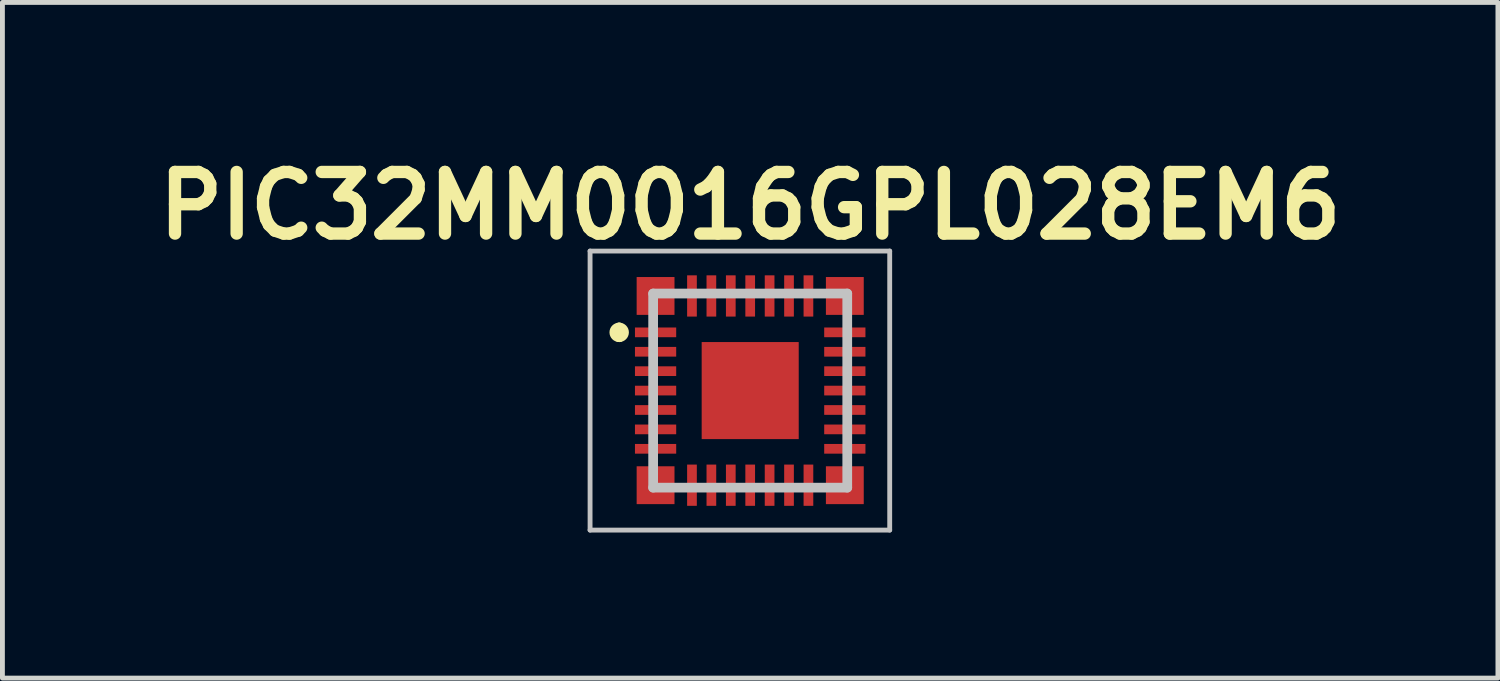
<source format=kicad_pcb>
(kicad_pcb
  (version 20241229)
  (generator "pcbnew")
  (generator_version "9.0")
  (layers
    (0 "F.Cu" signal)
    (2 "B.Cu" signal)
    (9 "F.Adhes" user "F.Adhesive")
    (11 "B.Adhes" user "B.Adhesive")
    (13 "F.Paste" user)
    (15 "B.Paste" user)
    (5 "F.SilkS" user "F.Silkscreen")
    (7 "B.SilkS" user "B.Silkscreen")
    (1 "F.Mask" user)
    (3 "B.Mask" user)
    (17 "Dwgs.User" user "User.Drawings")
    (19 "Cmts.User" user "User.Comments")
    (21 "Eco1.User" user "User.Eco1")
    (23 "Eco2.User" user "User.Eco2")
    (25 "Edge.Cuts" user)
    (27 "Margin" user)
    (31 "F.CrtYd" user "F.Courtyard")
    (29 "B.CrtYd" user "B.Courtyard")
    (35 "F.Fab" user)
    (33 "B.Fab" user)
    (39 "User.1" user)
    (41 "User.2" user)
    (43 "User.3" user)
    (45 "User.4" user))
  (footprint "PIC32MM0016GPL028EM6"
    (layer "F.Cu")
    (at 12.41 4.999)
    (property "Reference" "PIC32MM0016GPL028EM6" (at 0 -3.81 0) (layer "F.SilkS") (effects (font (size 1.27 1.27) (thickness 0.254))))
    (attr smd)
    (fp_line (start -2.7 -1.3) (end -2.7 -1.3) (stroke (width 0.2) (type solid)) (layer "F.SilkS"))
    (fp_line (start -2.7 -1.1) (end -2.7 -1.1) (stroke (width 0.2) (type solid)) (layer "F.SilkS"))
    (fp_arc (start -2.7 -1.3) (mid -2.6 -1.2) (end -2.7 -1.1) (stroke (width 0.2) (type solid)) (layer "F.SilkS"))
    (fp_arc (start -2.7 -1.1) (mid -2.8 -1.2) (end -2.7 -1.3) (stroke (width 0.2) (type solid)) (layer "F.SilkS"))
    (fp_line (start -3.3 -2.875) (end 2.875 -2.875) (stroke (width 0.1) (type solid)) (layer "Dwgs.User"))
    (fp_line (start -3.3 2.875) (end -3.3 -2.875) (stroke (width 0.1) (type solid)) (layer "Dwgs.User"))
    (fp_line (start -2 -2) (end 2 -2) (stroke (width 0.2) (type solid)) (layer "Dwgs.User"))
    (fp_line (start -2 2) (end -2 -2) (stroke (width 0.2) (type solid)) (layer "Dwgs.User"))
    (fp_line (start 2 -2) (end 2 2) (stroke (width 0.2) (type solid)) (layer "Dwgs.User"))
    (fp_line (start 2 2) (end -2 2) (stroke (width 0.2) (type solid)) (layer "Dwgs.User"))
    (fp_line (start 2.875 -2.875) (end 2.875 2.875) (stroke (width 0.1) (type solid)) (layer "Dwgs.User"))
    (fp_line (start 2.875 2.875) (end -3.3 2.875) (stroke (width 0.1) (type solid)) (layer "Dwgs.User"))
    (pad "1" smd rect (at -1.95 -1.2 90) (size 0.2 0.85) (layers "F.Cu" "F.Mask" "F.Paste"))
    (pad "2" smd rect (at -1.95 -0.8 90) (size 0.2 0.85) (layers "F.Cu" "F.Mask" "F.Paste"))
    (pad "3" smd rect (at -1.95 -0.4 90) (size 0.2 0.85) (layers "F.Cu" "F.Mask" "F.Paste"))
    (pad "4" smd rect (at -1.95 0 90) (size 0.2 0.85) (layers "F.Cu" "F.Mask" "F.Paste"))
    (pad "5" smd rect (at -1.95 0.4 90) (size 0.2 0.85) (layers "F.Cu" "F.Mask" "F.Paste"))
    (pad "6" smd rect (at -1.95 0.8 90) (size 0.2 0.85) (layers "F.Cu" "F.Mask" "F.Paste"))
    (pad "7" smd rect (at -1.95 1.2 90) (size 0.2 0.85) (layers "F.Cu" "F.Mask" "F.Paste"))
    (pad "8" smd rect (at -1.2 1.95) (size 0.2 0.85) (layers "F.Cu" "F.Mask" "F.Paste"))
    (pad "9" smd rect (at -0.8 1.95) (size 0.2 0.85) (layers "F.Cu" "F.Mask" "F.Paste"))
    (pad "10" smd rect (at -0.4 1.95) (size 0.2 0.85) (layers "F.Cu" "F.Mask" "F.Paste"))
    (pad "11" smd rect (at 0 1.95) (size 0.2 0.85) (layers "F.Cu" "F.Mask" "F.Paste"))
    (pad "12" smd rect (at 0.4 1.95) (size 0.2 0.85) (layers "F.Cu" "F.Mask" "F.Paste"))
    (pad "13" smd rect (at 0.8 1.95) (size 0.2 0.85) (layers "F.Cu" "F.Mask" "F.Paste"))
    (pad "14" smd rect (at 1.2 1.95) (size 0.2 0.85) (layers "F.Cu" "F.Mask" "F.Paste"))
    (pad "15" smd rect (at 1.95 1.2 90) (size 0.2 0.85) (layers "F.Cu" "F.Mask" "F.Paste"))
    (pad "16" smd rect (at 1.95 0.8 90) (size 0.2 0.85) (layers "F.Cu" "F.Mask" "F.Paste"))
    (pad "17" smd rect (at 1.95 0.4 90) (size 0.2 0.85) (layers "F.Cu" "F.Mask" "F.Paste"))
    (pad "18" smd rect (at 1.95 0 90) (size 0.2 0.85) (layers "F.Cu" "F.Mask" "F.Paste"))
    (pad "19" smd rect (at 1.95 -0.4 90) (size 0.2 0.85) (layers "F.Cu" "F.Mask" "F.Paste"))
    (pad "20" smd rect (at 1.95 -0.8 90) (size 0.2 0.85) (layers "F.Cu" "F.Mask" "F.Paste"))
    (pad "21" smd rect (at 1.95 -1.2 90) (size 0.2 0.85) (layers "F.Cu" "F.Mask" "F.Paste"))
    (pad "22" smd rect (at 1.2 -1.95) (size 0.2 0.85) (layers "F.Cu" "F.Mask" "F.Paste"))
    (pad "23" smd rect (at 0.8 -1.95) (size 0.2 0.85) (layers "F.Cu" "F.Mask" "F.Paste"))
    (pad "24" smd rect (at 0.4 -1.95) (size 0.2 0.85) (layers "F.Cu" "F.Mask" "F.Paste"))
    (pad "25" smd rect (at 0 -1.95) (size 0.2 0.85) (layers "F.Cu" "F.Mask" "F.Paste"))
    (pad "26" smd rect (at -0.4 -1.95) (size 0.2 0.85) (layers "F.Cu" "F.Mask" "F.Paste"))
    (pad "27" smd rect (at -0.8 -1.95) (size 0.2 0.85) (layers "F.Cu" "F.Mask" "F.Paste"))
    (pad "28" smd rect (at -1.2 -1.95) (size 0.2 0.85) (layers "F.Cu" "F.Mask" "F.Paste"))
    (pad "29" smd rect (at 0 0) (size 2 2) (layers "F.Cu" "F.Mask" "F.Paste"))
    (pad "30" smd rect (at -1.95 -1.95) (size 0.78 0.78) (layers "F.Cu" "F.Mask" "F.Paste"))
    (pad "31" smd rect (at -1.95 1.95) (size 0.78 0.78) (layers "F.Cu" "F.Mask" "F.Paste"))
    (pad "32" smd rect (at 1.95 1.95) (size 0.78 0.78) (layers "F.Cu" "F.Mask" "F.Paste"))
    (pad "33" smd rect (at 1.95 -1.95) (size 0.78 0.78) (layers "F.Cu" "F.Mask" "F.Paste")))
  (gr_rect
    (start -3 -3)
    (end 27.819 10.924)
    (stroke (width 0.1) (type default))
    (fill no)
    (layer "Edge.Cuts")))
</source>
